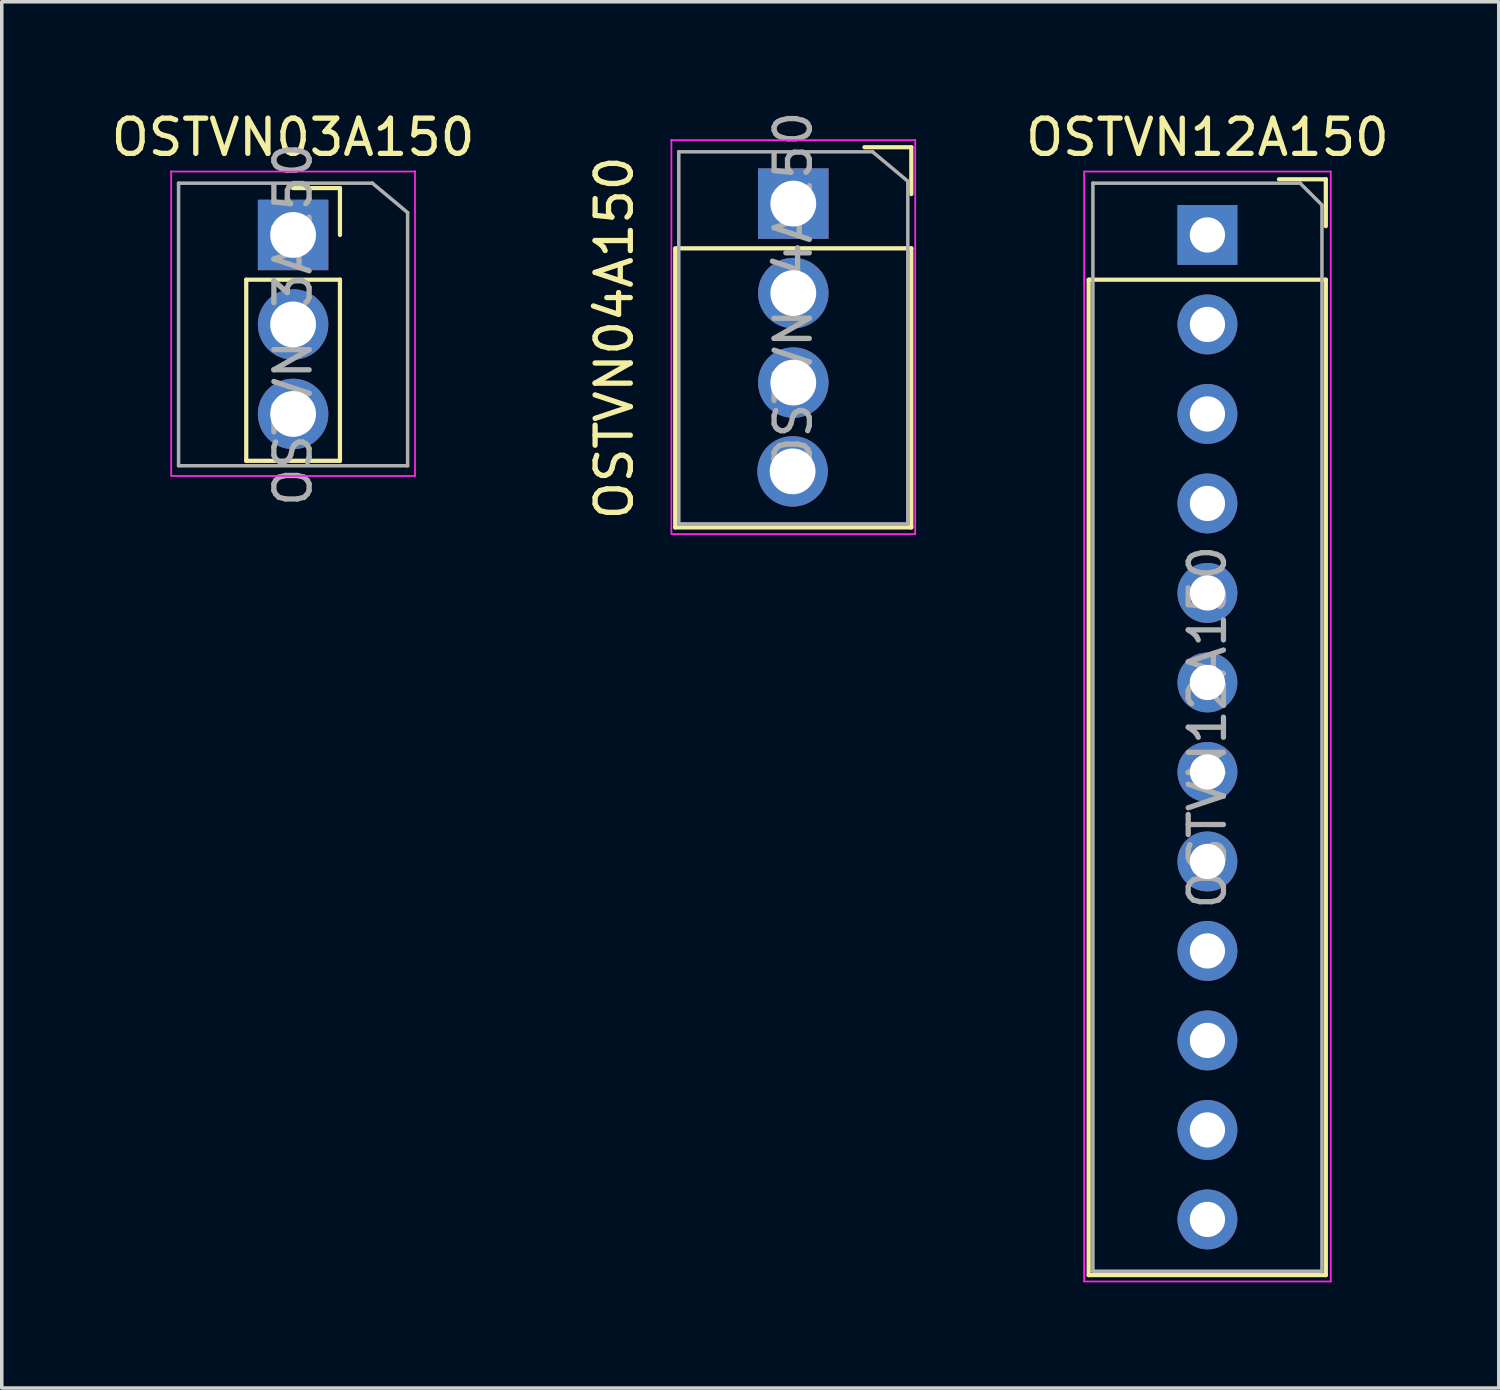
<source format=kicad_pcb>
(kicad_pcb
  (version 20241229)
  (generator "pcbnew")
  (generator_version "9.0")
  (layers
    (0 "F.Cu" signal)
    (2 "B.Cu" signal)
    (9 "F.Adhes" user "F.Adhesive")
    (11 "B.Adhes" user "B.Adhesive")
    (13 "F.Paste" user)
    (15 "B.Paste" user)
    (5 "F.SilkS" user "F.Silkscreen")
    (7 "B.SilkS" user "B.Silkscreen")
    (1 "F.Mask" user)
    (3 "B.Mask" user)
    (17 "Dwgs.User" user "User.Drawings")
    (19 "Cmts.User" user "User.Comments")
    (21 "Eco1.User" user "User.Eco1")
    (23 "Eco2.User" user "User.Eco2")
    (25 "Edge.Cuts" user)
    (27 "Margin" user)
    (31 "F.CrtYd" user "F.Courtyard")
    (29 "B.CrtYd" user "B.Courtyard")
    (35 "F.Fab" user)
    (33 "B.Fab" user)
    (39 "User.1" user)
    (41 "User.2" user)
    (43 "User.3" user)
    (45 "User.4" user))
  (footprint "OSTVN03A150"
    (layer "F.Cu")
    (at 5.268 3.618)
    (property "Reference" "OSTVN03A150" (at 0 -2.77 0) (layer "F.SilkS") (effects (font (size 1 1) (thickness 0.15))))
    (attr through_hole)
    (fp_line (start -1.33 1.27) (end -1.33 6.41) (stroke (width 0.12) (type solid)) (layer "F.SilkS"))
    (fp_line (start -1.33 1.27) (end 1.33 1.27) (stroke (width 0.12) (type solid)) (layer "F.SilkS"))
    (fp_line (start -1.33 6.41) (end 1.33 6.41) (stroke (width 0.12) (type solid)) (layer "F.SilkS"))
    (fp_line (start 0 -1.33) (end 1.33 -1.33) (stroke (width 0.12) (type solid)) (layer "F.SilkS"))
    (fp_line (start 1.33 -1.33) (end 1.33 0) (stroke (width 0.12) (type solid)) (layer "F.SilkS"))
    (fp_line (start 1.33 1.27) (end 1.33 6.41) (stroke (width 0.12) (type solid)) (layer "F.SilkS"))
    (fp_line (start -3.46 -1.8) (end 3.46 -1.8) (stroke (width 0.05) (type solid)) (layer "F.CrtYd"))
    (fp_line (start -3.46 6.84) (end -3.46 -1.81) (stroke (width 0.05) (type solid)) (layer "F.CrtYd"))
    (fp_line (start 3.46 -1.81) (end 3.46 6.84) (stroke (width 0.05) (type solid)) (layer "F.CrtYd"))
    (fp_line (start 3.46 6.84) (end -3.45 6.84) (stroke (width 0.05) (type solid)) (layer "F.CrtYd"))
    (fp_line (start -3.25 -1.47) (end 2.25 -1.47) (stroke (width 0.1) (type solid)) (layer "F.Fab"))
    (fp_line (start -3.25 6.55) (end -3.25 -1.47) (stroke (width 0.1) (type solid)) (layer "F.Fab"))
    (fp_line (start 2.25 -1.47) (end 3.25 -0.635) (stroke (width 0.1) (type solid)) (layer "F.Fab"))
    (fp_line (start 3.25 -0.635) (end 3.25 6.55) (stroke (width 0.1) (type solid)) (layer "F.Fab"))
    (fp_line (start 3.25 6.55) (end -3.25 6.55) (stroke (width 0.1) (type solid)) (layer "F.Fab"))
    (fp_text user "${REFERENCE}" (at 0 2.54 90) (layer "F.Fab") (effects (font (size 1 1) (thickness 0.15))))
    (pad "1" thru_hole rect (at 0 0) (size 2 2) (drill 1.3) (layers "*.Cu" "*.Mask"))
    (pad "2" thru_hole oval (at 0 2.54) (size 2 2) (drill 1.3) (layers "*.Cu" "*.Mask"))
    (pad "3" thru_hole oval (at 0 5.08) (size 2 2) (drill 1.3) (layers "*.Cu" "*.Mask")))
  (footprint "OSTVN04A150"
    (layer "F.Cu")
    (at 19.464 2.728)
    (property "Reference" "OSTVN04A150" (at -5.08 3.81 90) (layer "F.SilkS") (effects (font (size 1 1) (thickness 0.15))))
    (attr through_hole)
    (fp_line (start -3.35 1.27) (end 3.35 1.27) (stroke (width 0.12) (type solid)) (layer "F.SilkS"))
    (fp_line (start -3.35 1.28) (end -3.35 9.19) (stroke (width 0.12) (type solid)) (layer "F.SilkS"))
    (fp_line (start -3.35 9.19) (end 3.35 9.19) (stroke (width 0.12) (type solid)) (layer "F.SilkS"))
    (fp_line (start 2.02 -1.6) (end 3.35 -1.6) (stroke (width 0.12) (type solid)) (layer "F.SilkS"))
    (fp_line (start 3.35 -1.6) (end 3.35 -0.27) (stroke (width 0.12) (type solid)) (layer "F.SilkS"))
    (fp_line (start 3.35 1.27) (end 3.35 9.19) (stroke (width 0.12) (type solid)) (layer "F.SilkS"))
    (fp_line (start -3.46 -1.8) (end 3.46 -1.8) (stroke (width 0.05) (type solid)) (layer "F.CrtYd"))
    (fp_line (start -3.46 9.38) (end -3.46 -1.81) (stroke (width 0.05) (type solid)) (layer "F.CrtYd"))
    (fp_line (start 3.46 -1.81) (end 3.46 9.38) (stroke (width 0.05) (type solid)) (layer "F.CrtYd"))
    (fp_line (start 3.46 9.38) (end -3.45 9.38) (stroke (width 0.05) (type solid)) (layer "F.CrtYd"))
    (fp_line (start -3.25 -1.47) (end 2.25 -1.47) (stroke (width 0.1) (type solid)) (layer "F.Fab"))
    (fp_line (start -3.25 9.09) (end -3.25 -1.47) (stroke (width 0.1) (type solid)) (layer "F.Fab"))
    (fp_line (start 2.25 -1.47) (end 3.25 -0.635) (stroke (width 0.1) (type solid)) (layer "F.Fab"))
    (fp_line (start 3.25 -0.635) (end 3.25 9.09) (stroke (width 0.1) (type solid)) (layer "F.Fab"))
    (fp_line (start 3.25 9.09) (end -3.25 9.09) (stroke (width 0.1) (type solid)) (layer "F.Fab"))
    (fp_text user "${REFERENCE}" (at 0 2.54 90) (layer "F.Fab") (effects (font (size 1 1) (thickness 0.15))))
    (pad "1" thru_hole rect (at 0 0) (size 2 2) (drill 1.3) (layers "*.Cu" "*.Mask"))
    (pad "2" thru_hole oval (at 0 2.54) (size 2 2) (drill 1.3) (layers "*.Cu" "*.Mask"))
    (pad "3" thru_hole oval (at 0 5.08) (size 2 2) (drill 1.3) (layers "*.Cu" "*.Mask"))
    (pad "4" thru_hole oval (at -0.02 7.6) (size 2 2) (drill 1.3) (layers "*.Cu" "*.Mask")))
  (footprint "OSTVN12A150"
    (layer "F.Cu")
    (at 31.217 3.618)
    (property "Reference" "OSTVN12A150" (at 0 -2.77 0) (layer "F.SilkS") (effects (font (size 1 1) (thickness 0.15))))
    (attr through_hole)
    (fp_line (start -3.37 1.27) (end -3.37 29.52) (stroke (width 0.12) (type solid)) (layer "F.SilkS"))
    (fp_line (start -3.37 1.27) (end 3.36 1.27) (stroke (width 0.12) (type solid)) (layer "F.SilkS"))
    (fp_line (start -3.37 29.52) (end 3.36 29.52) (stroke (width 0.12) (type solid)) (layer "F.SilkS"))
    (fp_line (start 2.03 -1.58) (end 3.36 -1.58) (stroke (width 0.12) (type solid)) (layer "F.SilkS"))
    (fp_line (start 3.36 -1.58) (end 3.36 -0.25) (stroke (width 0.12) (type solid)) (layer "F.SilkS"))
    (fp_line (start 3.36 1.27) (end 3.36 29.52) (stroke (width 0.12) (type solid)) (layer "F.SilkS"))
    (fp_line (start -3.5 -1.8) (end 3.5 -1.8) (stroke (width 0.05) (type solid)) (layer "F.CrtYd"))
    (fp_line (start -3.5 29.7) (end -3.5 -1.8) (stroke (width 0.05) (type solid)) (layer "F.CrtYd"))
    (fp_line (start 3.5 -1.8) (end 3.5 29.7) (stroke (width 0.05) (type solid)) (layer "F.CrtYd"))
    (fp_line (start 3.5 29.7) (end -3.5 29.7) (stroke (width 0.05) (type solid)) (layer "F.CrtYd"))
    (fp_line (start -3.25 -1.47) (end 2.63 -1.47) (stroke (width 0.1) (type solid)) (layer "F.Fab"))
    (fp_line (start -3.25 29.41) (end -3.25 -1.47) (stroke (width 0.1) (type solid)) (layer "F.Fab"))
    (fp_line (start 2.63 -1.47) (end 3.25 -0.85) (stroke (width 0.1) (type solid)) (layer "F.Fab"))
    (fp_line (start 3.24 29.41) (end -3.25 29.41) (stroke (width 0.1) (type solid)) (layer "F.Fab"))
    (fp_line (start 3.25 -0.81) (end 3.25 29.43) (stroke (width 0.1) (type solid)) (layer "F.Fab"))
    (fp_text user "${REFERENCE}" (at 0 13.97 90) (layer "F.Fab") (effects (font (size 1 1) (thickness 0.15))))
    (pad "1" thru_hole rect (at 0 0) (size 1.7 1.7) (drill 1) (layers "*.Cu" "*.Mask"))
    (pad "2" thru_hole oval (at 0 2.54) (size 1.7 1.7) (drill 1) (layers "*.Cu" "*.Mask"))
    (pad "3" thru_hole oval (at 0 5.08) (size 1.7 1.7) (drill 1) (layers "*.Cu" "*.Mask"))
    (pad "4" thru_hole oval (at 0 7.62) (size 1.7 1.7) (drill 1) (layers "*.Cu" "*.Mask"))
    (pad "5" thru_hole oval (at 0 10.16) (size 1.7 1.7) (drill 1) (layers "*.Cu" "*.Mask"))
    (pad "6" thru_hole oval (at 0 12.7) (size 1.7 1.7) (drill 1) (layers "*.Cu" "*.Mask"))
    (pad "7" thru_hole oval (at 0 15.24) (size 1.7 1.7) (drill 1) (layers "*.Cu" "*.Mask"))
    (pad "8" thru_hole oval (at 0 17.78) (size 1.7 1.7) (drill 1) (layers "*.Cu" "*.Mask"))
    (pad "9" thru_hole oval (at 0 20.32) (size 1.7 1.7) (drill 1) (layers "*.Cu" "*.Mask"))
    (pad "10" thru_hole oval (at 0 22.86) (size 1.7 1.7) (drill 1) (layers "*.Cu" "*.Mask"))
    (pad "11" thru_hole oval (at 0 25.4) (size 1.7 1.7) (drill 1) (layers "*.Cu" "*.Mask"))
    (pad "12" thru_hole oval (at 0 27.94) (size 1.7 1.7) (drill 1) (layers "*.Cu" "*.Mask")))
  (gr_rect
    (start -3 -3)
    (end 39.485 36.343)
    (stroke (width 0.1) (type default))
    (fill no)
    (layer "Edge.Cuts")))
</source>
